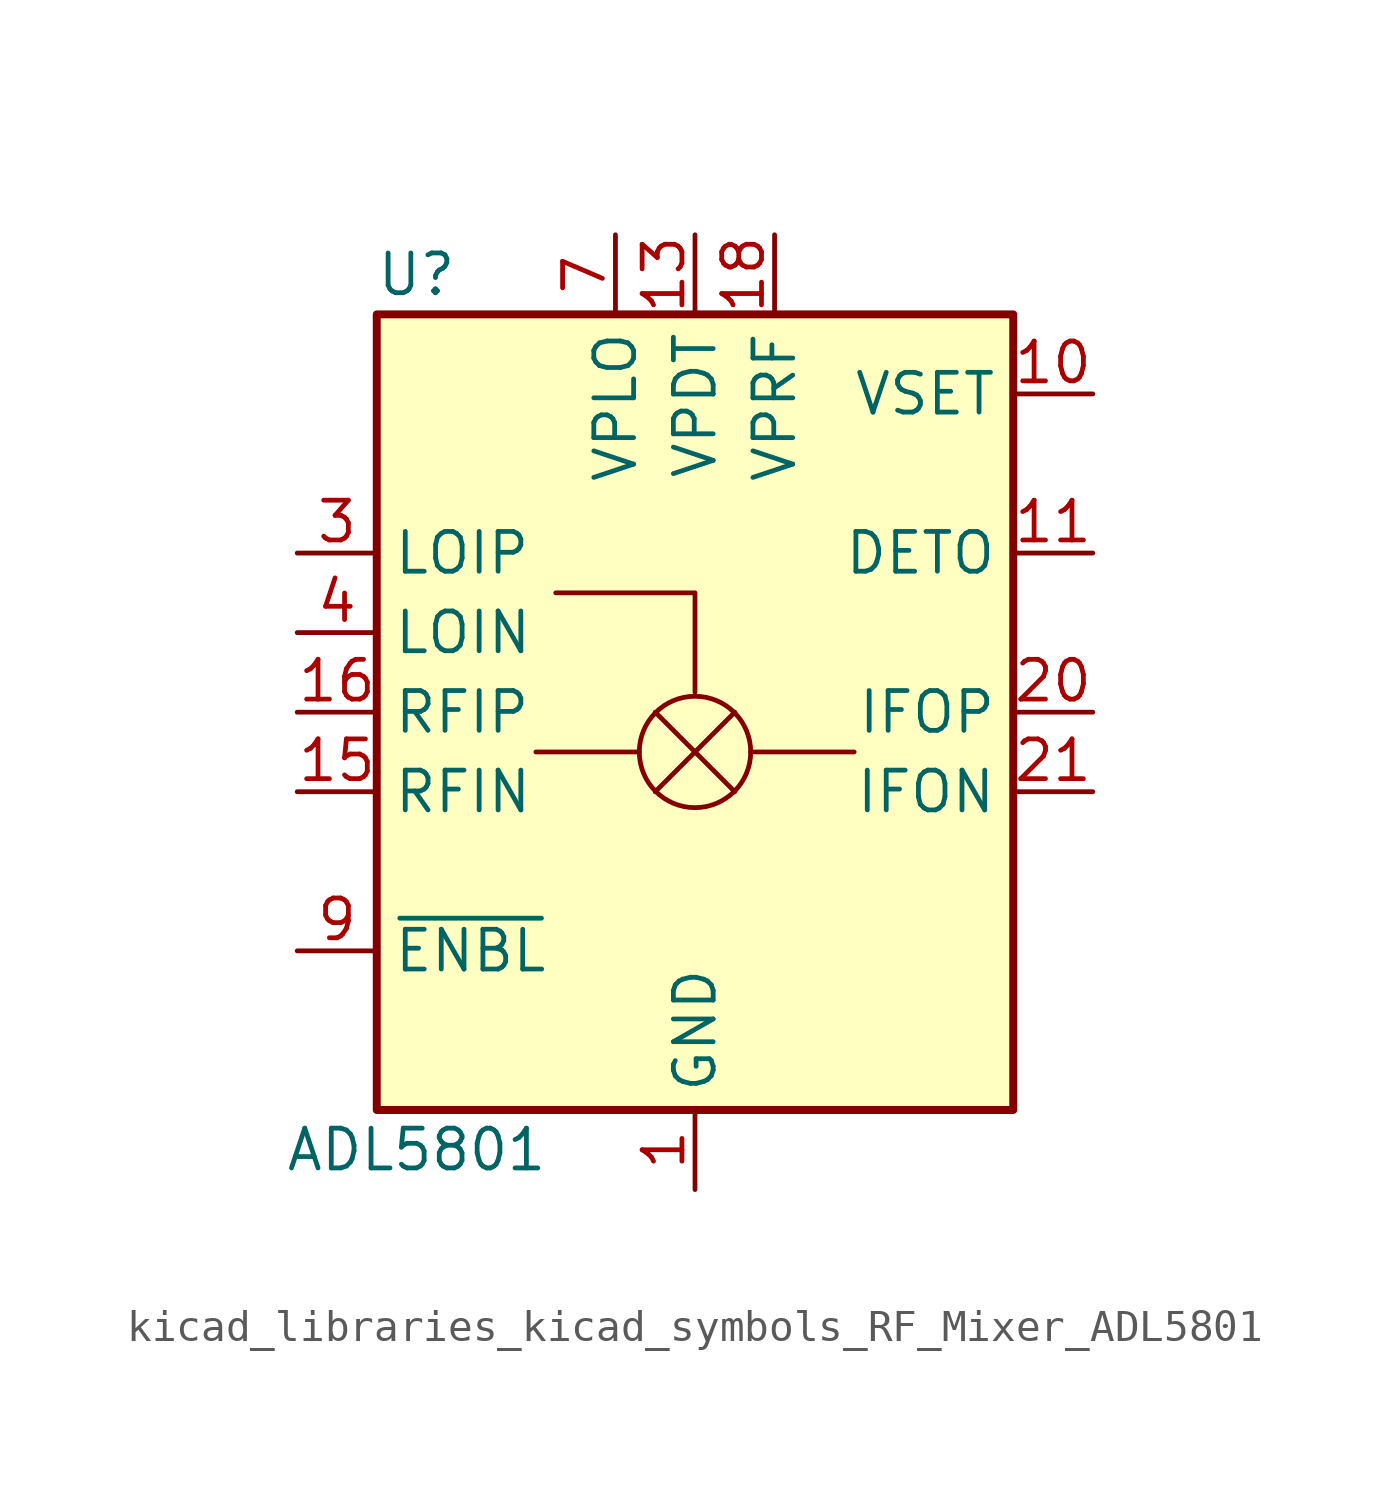
<source format=kicad_sym>
(kicad_symbol_lib
  (version 20220914)
  (generator kicad_symbol_editor)
  (symbol "kicad_libraries_kicad_symbols_RF_Mixer_ADL5801"
    (property "Reference" "U"
      (at -8.89 13.97 0)
      (effects (font (size 1.27 1.27))))
    (property "Value" "ADL5801"
      (at -8.89 -13.97 0)
      (effects (font (size 1.27 1.27))))
    (symbol "kicad_libraries_kicad_symbols_RF_Mixer_ADL5801_0_1"
      (rectangle (start -10.16 12.7) (end 10.16 -12.7) (stroke (width 0.254) (type default)) (fill (type background)))
      (polyline (pts (xy -4.445 3.81) (xy 0 3.81) (xy 0 0.635)) (stroke (width 0) (type default)) (fill (type none))))
    (symbol "kicad_libraries_kicad_symbols_RF_Mixer_ADL5801_1_1"
      (circle (center 0 -1.27) (radius 1.778) (stroke (width 0) (type default)) (fill (type none)))
      (polyline (pts (xy -1.778 -1.27) (xy -5.08 -1.27)) (stroke (width 0) (type default)) (fill (type none)))
      (polyline (pts (xy -1.27 -2.54) (xy 1.27 0)) (stroke (width 0) (type default)) (fill (type none)))
      (polyline (pts (xy -1.27 0) (xy 1.27 -2.54)) (stroke (width 0) (type default)) (fill (type none)))
      (polyline (pts (xy 1.778 -1.27) (xy 5.08 -1.27)) (stroke (width 0) (type default)) (fill (type none)))
      (pin power_in line (at 0 -15.24 90) (length 2.54) (name "GND" (effects (font (size 1.27 1.27)))) (number "1" (effects (font (size 1.27 1.27)))))
      (pin input line (at 12.7 10.16 180) (length 2.54) (name "VSET" (effects (font (size 1.27 1.27)))) (number "10" (effects (font (size 1.27 1.27)))))
      (pin output line (at 12.7 5.08 180) (length 2.54) (name "DETO" (effects (font (size 1.27 1.27)))) (number "11" (effects (font (size 1.27 1.27)))))
      (pin passive line (at 0 -15.24 90) (length 2.54) hide (name "GND" (effects (font (size 1.27 1.27)))) (number "12" (effects (font (size 1.27 1.27)))))
      (pin power_in line (at 0 15.24 270) (length 2.54) (name "VPDT" (effects (font (size 1.27 1.27)))) (number "13" (effects (font (size 1.27 1.27)))))
      (pin passive line (at 0 -15.24 90) (length 2.54) hide (name "GND" (effects (font (size 1.27 1.27)))) (number "14" (effects (font (size 1.27 1.27)))))
      (pin input line (at -12.7 -2.54 0) (length 2.54) (name "RFIN" (effects (font (size 1.27 1.27)))) (number "15" (effects (font (size 1.27 1.27)))))
      (pin input line (at -12.7 0 0) (length 2.54) (name "RFIP" (effects (font (size 1.27 1.27)))) (number "16" (effects (font (size 1.27 1.27)))))
      (pin passive line (at 0 -15.24 90) (length 2.54) hide (name "GND" (effects (font (size 1.27 1.27)))) (number "17" (effects (font (size 1.27 1.27)))))
      (pin power_in line (at 2.54 15.24 270) (length 2.54) (name "VPRF" (effects (font (size 1.27 1.27)))) (number "18" (effects (font (size 1.27 1.27)))))
      (pin passive line (at 0 -15.24 90) (length 2.54) hide (name "GND" (effects (font (size 1.27 1.27)))) (number "19" (effects (font (size 1.27 1.27)))))
      (pin passive line (at 0 -15.24 90) (length 2.54) hide (name "GND" (effects (font (size 1.27 1.27)))) (number "2" (effects (font (size 1.27 1.27)))))
      (pin output line (at 12.7 0 180) (length 2.54) (name "IFOP" (effects (font (size 1.27 1.27)))) (number "20" (effects (font (size 1.27 1.27)))))
      (pin output line (at 12.7 -2.54 180) (length 2.54) (name "IFON" (effects (font (size 1.27 1.27)))) (number "21" (effects (font (size 1.27 1.27)))))
      (pin no_connect line (at 10.16 -7.62 180) (length 2.54) hide (name "NC" (effects (font (size 1.27 1.27)))) (number "22" (effects (font (size 1.27 1.27)))))
      (pin passive line (at 0 -15.24 90) (length 2.54) hide (name "GND" (effects (font (size 1.27 1.27)))) (number "23" (effects (font (size 1.27 1.27)))))
      (pin passive line (at -2.54 15.24 270) (length 2.54) hide (name "VPLO" (effects (font (size 1.27 1.27)))) (number "24" (effects (font (size 1.27 1.27)))))
      (pin passive line (at 0 -15.24 90) (length 2.54) hide (name "GND" (effects (font (size 1.27 1.27)))) (number "25" (effects (font (size 1.27 1.27)))))
      (pin input line (at -12.7 5.08 0) (length 2.54) (name "LOIP" (effects (font (size 1.27 1.27)))) (number "3" (effects (font (size 1.27 1.27)))))
      (pin input line (at -12.7 2.54 0) (length 2.54) (name "LOIN" (effects (font (size 1.27 1.27)))) (number "4" (effects (font (size 1.27 1.27)))))
      (pin passive line (at 0 -15.24 90) (length 2.54) hide (name "GND" (effects (font (size 1.27 1.27)))) (number "5" (effects (font (size 1.27 1.27)))))
      (pin passive line (at 0 -15.24 90) (length 2.54) hide (name "GND" (effects (font (size 1.27 1.27)))) (number "6" (effects (font (size 1.27 1.27)))))
      (pin power_in line (at -2.54 15.24 270) (length 2.54) (name "VPLO" (effects (font (size 1.27 1.27)))) (number "7" (effects (font (size 1.27 1.27)))))
      (pin passive line (at 0 -15.24 90) (length 2.54) hide (name "GND" (effects (font (size 1.27 1.27)))) (number "8" (effects (font (size 1.27 1.27)))))
      (pin input line (at -12.7 -7.62 0) (length 2.54) (name "~{ENBL}" (effects (font (size 1.27 1.27)))) (number "9" (effects (font (size 1.27 1.27))))))))
</source>
